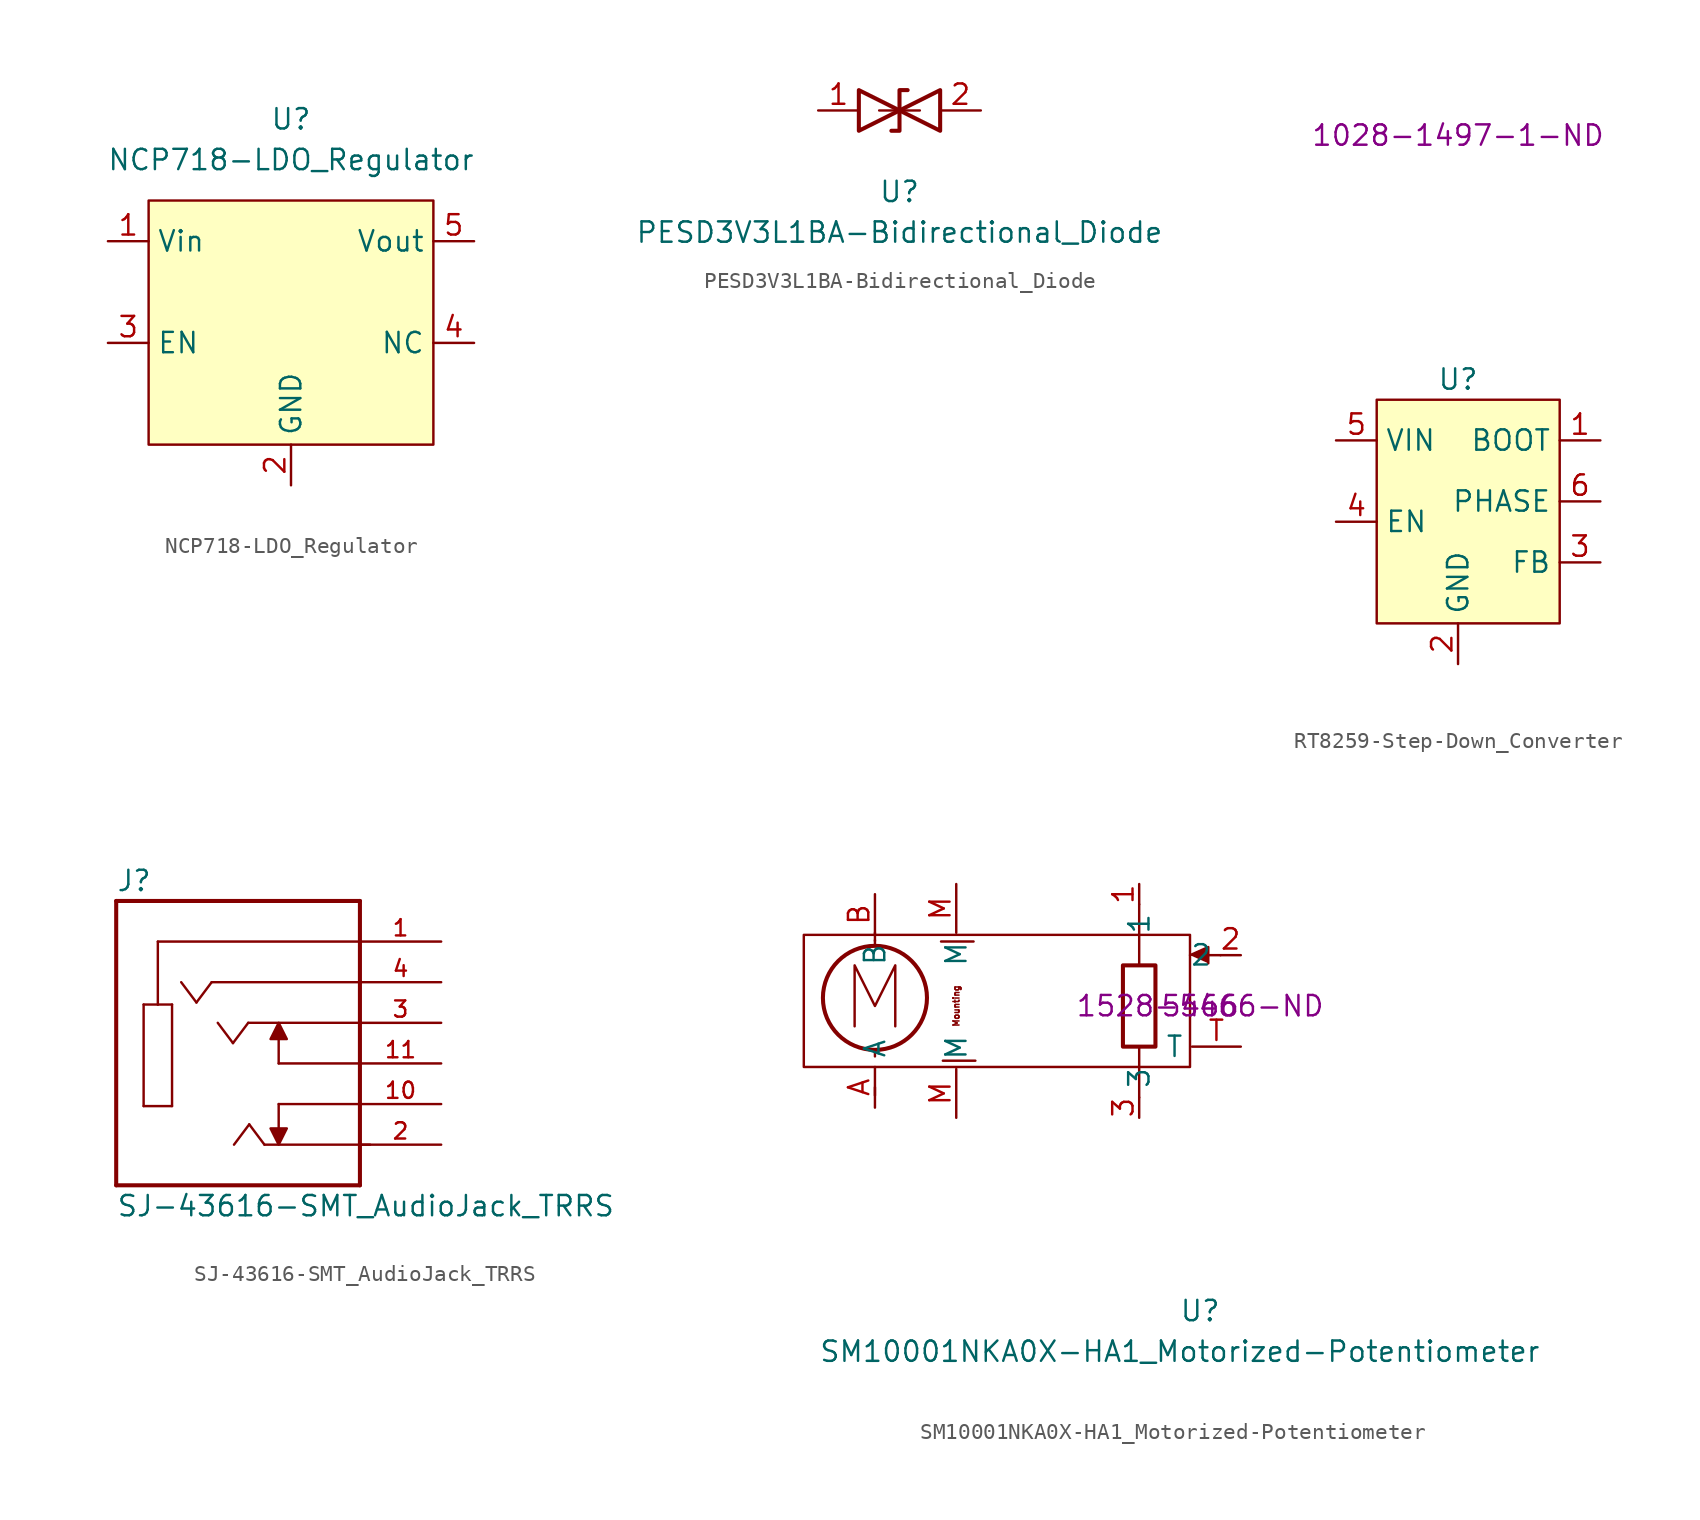
<source format=kicad_sym>
(kicad_symbol_lib
  (version 20211014)
  (generator kicad_symbol_editor)
  (symbol "NCP718-LDO_Regulator"
    (property "Reference" "U"
      (at 0 15.24 0)
      (effects (font (size 1.27 1.27))))
    (property "Value" "NCP718-LDO_Regulator"
      (at 0 12.7 0)
      (effects (font (size 1.27 1.27))))
    (symbol "NCP718-LDO_Regulator_0_0"
      (pin power_in line (at -11.43 7.62 0) (length 2.54) (name "Vin" (effects (font (size 1.27 1.27)))) (number "1" (effects (font (size 1.27 1.27)))))
      (pin passive line (at 0 -7.62 90) (length 2.54) (name "GND" (effects (font (size 1.27 1.27)))) (number "2" (effects (font (size 1.27 1.27)))))
      (pin input line (at -11.43 1.27 0) (length 2.54) (name "EN" (effects (font (size 1.27 1.27)))) (number "3" (effects (font (size 1.27 1.27)))))
      (pin unspecified line (at 11.43 1.27 180) (length 2.54) (name "NC" (effects (font (size 1.27 1.27)))) (number "4" (effects (font (size 1.27 1.27)))))
      (pin power_out line (at 11.43 7.62 180) (length 2.54) (name "Vout" (effects (font (size 1.27 1.27)))) (number "5" (effects (font (size 1.27 1.27))))))
    (symbol "NCP718-LDO_Regulator_0_1"
      (rectangle (start -8.89 10.16) (end 8.89 -5.08) (stroke (width 0) (type default) (color 0 0 0 0)) (fill (type background)))))
  (symbol "PESD3V3L1BA-Bidirectional_Diode"
    (property "Reference" "U"
      (at 0 -5.08 0)
      (effects (font (size 1.27 1.27))))
    (property "Value" "PESD3V3L1BA-Bidirectional_Diode"
      (at 0 -7.62 0)
      (effects (font (size 1.27 1.27))))
    (symbol "PESD3V3L1BA-Bidirectional_Diode_0_1"
      (polyline (pts (xy 1.27 0) (xy -1.27 0)) (stroke (width 0) (type default) (color 0 0 0 0)) (fill (type none)))
      (polyline (pts (xy 0.508 1.27) (xy 0 1.27) (xy 0 -1.27) (xy -0.508 -1.27)) (stroke (width 0.254) (type default) (color 0 0 0 0)) (fill (type none)))
      (polyline (pts (xy -2.54 1.27) (xy -2.54 -1.27) (xy 2.54 1.27) (xy 2.54 -1.27) (xy -2.54 1.27)) (stroke (width 0.254) (type default) (color 0 0 0 0)) (fill (type none))))
    (symbol "PESD3V3L1BA-Bidirectional_Diode_1_1"
      (pin passive line (at -5.08 0 0) (length 2.54) (name "" (effects (font (size 1.27 1.27)))) (number "1" (effects (font (size 1.27 1.27)))))
      (pin passive line (at 5.08 0 180) (length 2.54) (name "" (effects (font (size 1.27 1.27)))) (number "2" (effects (font (size 1.27 1.27)))))))
  (symbol "RT8259-Step-Down_Converter"
    (property "Reference" "U"
      (at 0 5.08 0)
      (effects (font (size 1.27 1.27))))
    (property "Digi-Key_PN" "1028-1497-1-ND"
      (at 0 20.32 0)
      (effects (font (size 1.27 1.27))))
    (symbol "RT8259-Step-Down_Converter_0_0"
      (pin input line (at 8.89 1.27 180) (length 2.54) (name "BOOT" (effects (font (size 1.27 1.27)))) (number "1" (effects (font (size 1.27 1.27)))))
      (pin power_in line (at 0 -12.7 90) (length 2.54) (name "GND" (effects (font (size 1.27 1.27)))) (number "2" (effects (font (size 1.27 1.27)))))
      (pin input line (at 8.89 -6.35 180) (length 2.54) (name "FB" (effects (font (size 1.27 1.27)))) (number "3" (effects (font (size 1.27 1.27)))))
      (pin input line (at -7.62 -3.81 0) (length 2.54) (name "EN" (effects (font (size 1.27 1.27)))) (number "4" (effects (font (size 1.27 1.27)))))
      (pin power_in line (at -7.62 1.27 0) (length 2.54) (name "VIN" (effects (font (size 1.27 1.27)))) (number "5" (effects (font (size 1.27 1.27)))))
      (pin power_out line (at 8.89 -2.54 180) (length 2.54) (name "PHASE" (effects (font (size 1.27 1.27)))) (number "6" (effects (font (size 1.27 1.27))))))
    (symbol "RT8259-Step-Down_Converter_0_1"
      (rectangle (start -5.08 3.81) (end 6.35 -10.16) (stroke (width 0) (type default) (color 0 0 0 0)) (fill (type background)))))
  (symbol "SJ-43616-SMT_AudioJack_TRRS"
    (pin_names
      (offset 1.016))
    (property "Reference" "J"
      (at -7.627 10.678 0)
      (effects (font (size 1.27 1.27)) (justify left bottom)))
    (property "Value" "SJ-43616-SMT_AudioJack_TRRS"
      (at -7.624 -9.657 0)
      (effects (font (size 1.27 1.27)) (justify left bottom)))
    (symbol "SJ-43616-SMT_AudioJack_TRRS_0_0"
      (polyline (pts (xy -7.62 -7.62) (xy 7.62 -7.62)) (stroke (width 0.254) (type default) (color 0 0 0 0)) (fill (type none)))
      (polyline (pts (xy -7.62 10.16) (xy -7.62 -7.62)) (stroke (width 0.254) (type default) (color 0 0 0 0)) (fill (type none)))
      (polyline (pts (xy -5.905 -2.667) (xy -5.905 3.683)) (stroke (width 0.152) (type default) (color 0 0 0 0)) (fill (type none)))
      (polyline (pts (xy -5.905 3.683) (xy -5.016 3.683)) (stroke (width 0.152) (type default) (color 0 0 0 0)) (fill (type none)))
      (polyline (pts (xy -5.016 3.683) (xy -4.128 3.683)) (stroke (width 0.152) (type default) (color 0 0 0 0)) (fill (type none)))
      (polyline (pts (xy -5.016 7.62) (xy -5.016 3.683)) (stroke (width 0.152) (type default) (color 0 0 0 0)) (fill (type none)))
      (polyline (pts (xy -4.128 -2.667) (xy -5.905 -2.667)) (stroke (width 0.152) (type default) (color 0 0 0 0)) (fill (type none)))
      (polyline (pts (xy -4.128 3.683) (xy -4.128 -2.667)) (stroke (width 0.152) (type default) (color 0 0 0 0)) (fill (type none)))
      (polyline (pts (xy -2.603 3.81) (xy -3.556 5.08)) (stroke (width 0.152) (type default) (color 0 0 0 0)) (fill (type none)))
      (polyline (pts (xy -1.651 5.08) (xy -2.603 3.81)) (stroke (width 0.152) (type default) (color 0 0 0 0)) (fill (type none)))
      (polyline (pts (xy -0.318 1.27) (xy -1.27 2.54)) (stroke (width 0.152) (type default) (color 0 0 0 0)) (fill (type none)))
      (polyline (pts (xy 0.635 2.54) (xy -0.318 1.27)) (stroke (width 0.152) (type default) (color 0 0 0 0)) (fill (type none)))
      (polyline (pts (xy 0.699 -3.81) (xy -0.254 -5.08)) (stroke (width 0.152) (type default) (color 0 0 0 0)) (fill (type none)))
      (polyline (pts (xy 1.651 -5.08) (xy 0.699 -3.81)) (stroke (width 0.152) (type default) (color 0 0 0 0)) (fill (type none)))
      (polyline (pts (xy 2.54 -2.54) (xy 2.54 -4.064)) (stroke (width 0.152) (type default) (color 0 0 0 0)) (fill (type none)))
      (polyline (pts (xy 2.54 0) (xy 2.54 1.524)) (stroke (width 0.152) (type default) (color 0 0 0 0)) (fill (type none)))
      (polyline (pts (xy 7.62 -7.62) (xy 7.62 2.54)) (stroke (width 0.254) (type default) (color 0 0 0 0)) (fill (type none)))
      (polyline (pts (xy 7.62 -2.54) (xy 2.54 -2.54)) (stroke (width 0.152) (type default) (color 0 0 0 0)) (fill (type none)))
      (polyline (pts (xy 7.62 0) (xy 2.54 0)) (stroke (width 0.152) (type default) (color 0 0 0 0)) (fill (type none)))
      (polyline (pts (xy 7.62 2.54) (xy 0.635 2.54)) (stroke (width 0.152) (type default) (color 0 0 0 0)) (fill (type none)))
      (polyline (pts (xy 7.62 2.54) (xy 7.62 5.08)) (stroke (width 0.254) (type default) (color 0 0 0 0)) (fill (type none)))
      (polyline (pts (xy 7.62 5.08) (xy -1.651 5.08)) (stroke (width 0.152) (type default) (color 0 0 0 0)) (fill (type none)))
      (polyline (pts (xy 7.62 5.08) (xy 7.62 7.62)) (stroke (width 0.254) (type default) (color 0 0 0 0)) (fill (type none)))
      (polyline (pts (xy 7.62 7.62) (xy -5.016 7.62)) (stroke (width 0.152) (type default) (color 0 0 0 0)) (fill (type none)))
      (polyline (pts (xy 7.62 7.62) (xy 7.62 10.16)) (stroke (width 0.254) (type default) (color 0 0 0 0)) (fill (type none)))
      (polyline (pts (xy 7.62 10.16) (xy -7.62 10.16)) (stroke (width 0.254) (type default) (color 0 0 0 0)) (fill (type none)))
      (polyline (pts (xy 8.255 -5.08) (xy 1.651 -5.08)) (stroke (width 0.152) (type default) (color 0 0 0 0)) (fill (type none)))
      (polyline (pts (xy 2.032 -4.064) (xy 3.048 -4.064) (xy 2.54 -5.08) (xy 2.032 -4.064)) (stroke (width 0.152) (type default) (color 0 0 0 0)) (fill (type outline)))
      (polyline (pts (xy 2.032 1.524) (xy 3.048 1.524) (xy 2.54 2.54) (xy 2.032 1.524)) (stroke (width 0.152) (type default) (color 0 0 0 0)) (fill (type outline)))
      (pin passive line (at 12.7 7.62 180) (length 5.08) (name "~" (effects (font (size 1.016 1.016)))) (number "1" (effects (font (size 1.016 1.016)))))
      (pin passive line (at 12.7 -2.54 180) (length 5.08) (name "~" (effects (font (size 1.016 1.016)))) (number "10" (effects (font (size 1.016 1.016)))))
      (pin passive line (at 12.7 0 180) (length 5.08) (name "~" (effects (font (size 1.016 1.016)))) (number "11" (effects (font (size 1.016 1.016)))))
      (pin passive line (at 12.7 -5.08 180) (length 5.08) (name "~" (effects (font (size 1.016 1.016)))) (number "2" (effects (font (size 1.016 1.016)))))
      (pin passive line (at 12.7 2.54 180) (length 5.08) (name "~" (effects (font (size 1.016 1.016)))) (number "3" (effects (font (size 1.016 1.016)))))
      (pin passive line (at 12.7 5.08 180) (length 5.08) (name "~" (effects (font (size 1.016 1.016)))) (number "4" (effects (font (size 1.016 1.016)))))))
  (symbol "SM10001NKA0X-HA1_Motorized-Potentiometer"
    (property "Reference" "U"
      (at 0 -19.05 0)
      (effects (font (size 1.27 1.27))))
    (property "Value" "SM10001NKA0X-HA1_Motorized-Potentiometer"
      (at -1.27 -21.59 0)
      (effects (font (size 1.27 1.27))))
    (property "Digi-Key_PN" "1528-5466-ND"
      (at 0 0 0)
      (effects (font (size 1.27 1.27))))
    (property "Manufacturer_PN" "5466"
      (at 0 0 0)
      (effects (font (size 1.27 1.27))))
    (symbol "SM10001NKA0X-HA1_Motorized-Potentiometer_0_0"
      (polyline (pts (xy -21.59 -1.27) (xy -21.59 2.54) (xy -20.32 0) (xy -19.05 2.54) (xy -19.05 -1.27)) (stroke (width 0) (type default) (color 0 0 0 0)) (fill (type none))))
    (symbol "SM10001NKA0X-HA1_Motorized-Potentiometer_0_1"
      (rectangle (start -24.765 4.445) (end -0.635 -3.81) (stroke (width 0) (type default) (color 0 0 0 0)) (fill (type none)))
      (circle (center -20.32 0.508) (radius 3.251) (stroke (width 0.254) (type default) (color 0 0 0 0)) (fill (type none)))
      (rectangle (start -2.794 2.54) (end -4.826 -2.54) (stroke (width 0.254) (type default) (color 0 0 0 0)) (fill (type none)))
      (polyline (pts (xy -20.32 -5.588) (xy -20.32 -5.08)) (stroke (width 0) (type default) (color 0 0 0 0)) (fill (type none)))
      (polyline (pts (xy -20.32 -2.743) (xy -20.32 -3.15)) (stroke (width 0) (type default) (color 0 0 0 0)) (fill (type none)))
      (polyline (pts (xy -20.32 3.759) (xy -20.32 4.115)) (stroke (width 0) (type default) (color 0 0 0 0)) (fill (type none)))
      (polyline (pts (xy -20.32 4.064) (xy -20.32 4.572)) (stroke (width 0) (type default) (color 0 0 0 0)) (fill (type none)))
      (polyline (pts (xy -3.81 -5.715) (xy -3.81 -3.81)) (stroke (width 0) (type default) (color 0 0 0 0)) (fill (type none)))
      (polyline (pts (xy -3.81 -3.81) (xy -3.81 -2.54)) (stroke (width 0) (type default) (color 0 0 0 0)) (fill (type none)))
      (polyline (pts (xy -3.81 4.445) (xy -3.81 2.54)) (stroke (width 0) (type default) (color 0 0 0 0)) (fill (type none)))
      (polyline (pts (xy -3.81 4.445) (xy -3.81 6.35)) (stroke (width 0) (type default) (color 0 0 0 0)) (fill (type none)))
      (polyline (pts (xy 1.27 3.175) (xy 0.254 3.175)) (stroke (width 0) (type default) (color 0 0 0 0)) (fill (type none)))
      (polyline (pts (xy -0.635 3.175) (xy 0.508 3.683) (xy 0.508 2.667)) (stroke (width 0) (type default) (color 0 0 0 0)) (fill (type outline))))
    (symbol "SM10001NKA0X-HA1_Motorized-Potentiometer_1_1"
      (polyline (pts (xy -16.077 -3.418) (xy -14.045 -3.418)) (stroke (width 0.152) (type default) (color 0 0 0 0)) (fill (type none)))
      (polyline (pts (xy -14.158 4.03) (xy -16.19 4.03)) (stroke (width 0.152) (type default) (color 0 0 0 0)) (fill (type none)))
      (text "Mounting" (at -15.24 0 900) (effects (font (size 0.381 0.381))))
      (pin passive line (at -3.81 7.62 270) (length 1.27) (name "1" (effects (font (size 1.27 1.27)))) (number "1" (effects (font (size 1.27 1.27)))))
      (pin passive line (at 2.54 3.175 180) (length 1.27) (name "2" (effects (font (size 1.27 1.27)))) (number "2" (effects (font (size 1.27 1.27)))))
      (pin passive line (at -3.81 -6.985 90) (length 1.27) (name "3" (effects (font (size 1.27 1.27)))) (number "3" (effects (font (size 1.27 1.27)))))
      (pin passive line (at -20.32 -6.35 90) (length 2.54) (name "A" (effects (font (size 1.27 1.27)))) (number "A" (effects (font (size 1.27 1.27)))))
      (pin passive line (at -20.32 6.985 270) (length 2.54) (name "B" (effects (font (size 1.27 1.27)))) (number "B" (effects (font (size 1.27 1.27)))))
      (pin passive line (at -15.24 -6.985 90) (length 3.048) (name "M" (effects (font (size 1.27 1.27)))) (number "M" (effects (font (size 1.27 1.27)))))
      (pin passive line (at -15.24 7.62 270) (length 3.048) (name "M" (effects (font (size 1.27 1.27)))) (number "M" (effects (font (size 1.27 1.27)))))
      (pin passive line (at 2.54 -2.54 180) (length 3.048) (name "T" (effects (font (size 1.27 1.27)))) (number "T" (effects (font (size 1.27 1.27))))))))
</source>
